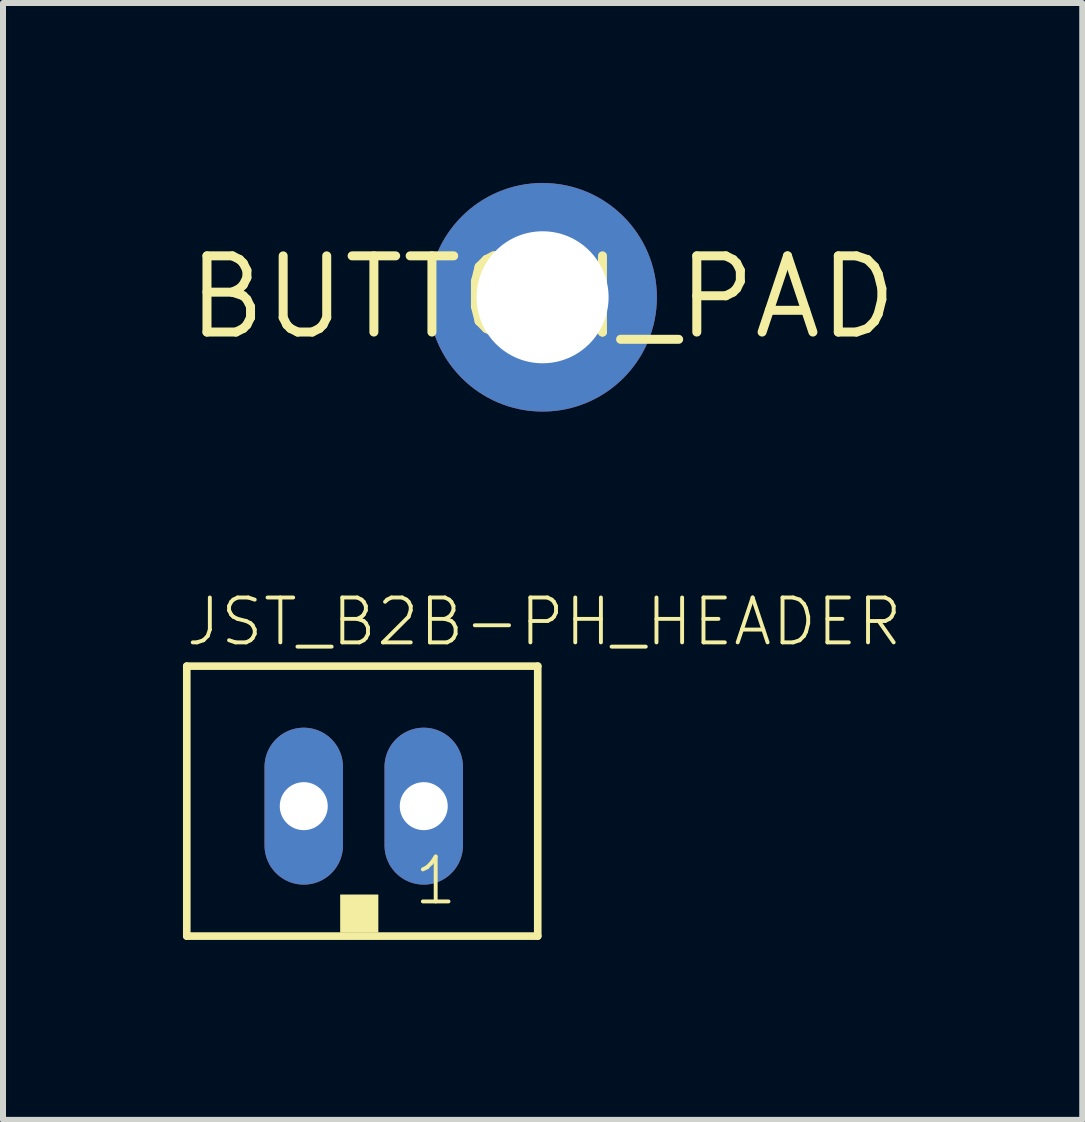
<source format=kicad_pcb>
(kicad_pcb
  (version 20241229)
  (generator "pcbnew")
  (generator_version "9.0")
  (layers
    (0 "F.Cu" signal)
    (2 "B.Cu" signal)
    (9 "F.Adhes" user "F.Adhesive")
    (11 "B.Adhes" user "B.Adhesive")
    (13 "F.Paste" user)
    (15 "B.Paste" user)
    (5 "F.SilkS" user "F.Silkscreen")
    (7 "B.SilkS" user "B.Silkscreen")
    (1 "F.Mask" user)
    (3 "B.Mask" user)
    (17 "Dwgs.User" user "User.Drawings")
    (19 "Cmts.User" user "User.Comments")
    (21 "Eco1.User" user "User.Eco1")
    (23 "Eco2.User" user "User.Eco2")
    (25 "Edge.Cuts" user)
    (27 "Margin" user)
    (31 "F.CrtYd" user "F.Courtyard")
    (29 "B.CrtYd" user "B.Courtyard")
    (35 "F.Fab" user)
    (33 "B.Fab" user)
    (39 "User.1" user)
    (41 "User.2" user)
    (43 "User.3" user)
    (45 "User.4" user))
  (footprint "BUTTON_PAD"
    (layer "F.Cu")
    (at 5.994 1.905)
    (property "Reference" "BUTTON_PAD" (at 0 0 0) (layer "F.SilkS") (effects (font (size 1.27 1.27) (thickness 0.15))))
    (pad "P$1" thru_hole circle (at 0 0) (size 3.81 3.81) (drill 2.2) (layers "*.Cu" "*.Mask")))
  (footprint "JST_B2B-PH_HEADER"
    (layer "F.Cu")
    (at 2.938 10.435)
    (property "Reference" "JST_B2B-PH_HEADER" (at -2.925 -2.683 0) (layer "F.SilkS") (effects (font (size 0.748 0.748) (thickness 0.065)) (justify left bottom)))
    (fp_line (start -2.875 -2.382) (end 2.975 -2.382) (stroke (width 0.127) (type solid)) (layer "F.SilkS"))
    (fp_line (start -2.875 2.118) (end -2.875 -2.382) (stroke (width 0.127) (type solid)) (layer "F.SilkS"))
    (fp_line (start 2.975 -2.382) (end 2.975 2.118) (stroke (width 0.127) (type solid)) (layer "F.SilkS"))
    (fp_line (start 2.975 2.118) (end -2.875 2.118) (stroke (width 0.127) (type solid)) (layer "F.SilkS"))
    (fp_poly (pts (xy -0.318 2.06) (xy 0.318 2.06) (xy 0.318 1.425) (xy -0.318 1.425)) (stroke (width 0) (type solid)) (fill yes) (layer "F.SilkS"))
    (fp_text user "1" (at 0.875 1.635 0) (layer "F.SilkS") (effects (font (size 0.748 0.748) (thickness 0.065)) (justify left bottom)))
    (pad "P1" thru_hole oval (at 1.075 -0.048 90) (size 2.616 1.308) (drill 0.8) (layers "*.Cu" "*.Mask"))
    (pad "P2" thru_hole oval (at -0.925 -0.048 90) (size 2.616 1.308) (drill 0.8) (layers "*.Cu" "*.Mask")))
  (gr_rect
    (start -3 -3)
    (end 14.989 15.616)
    (stroke (width 0.1) (type default))
    (fill no)
    (layer "Edge.Cuts")))
</source>
